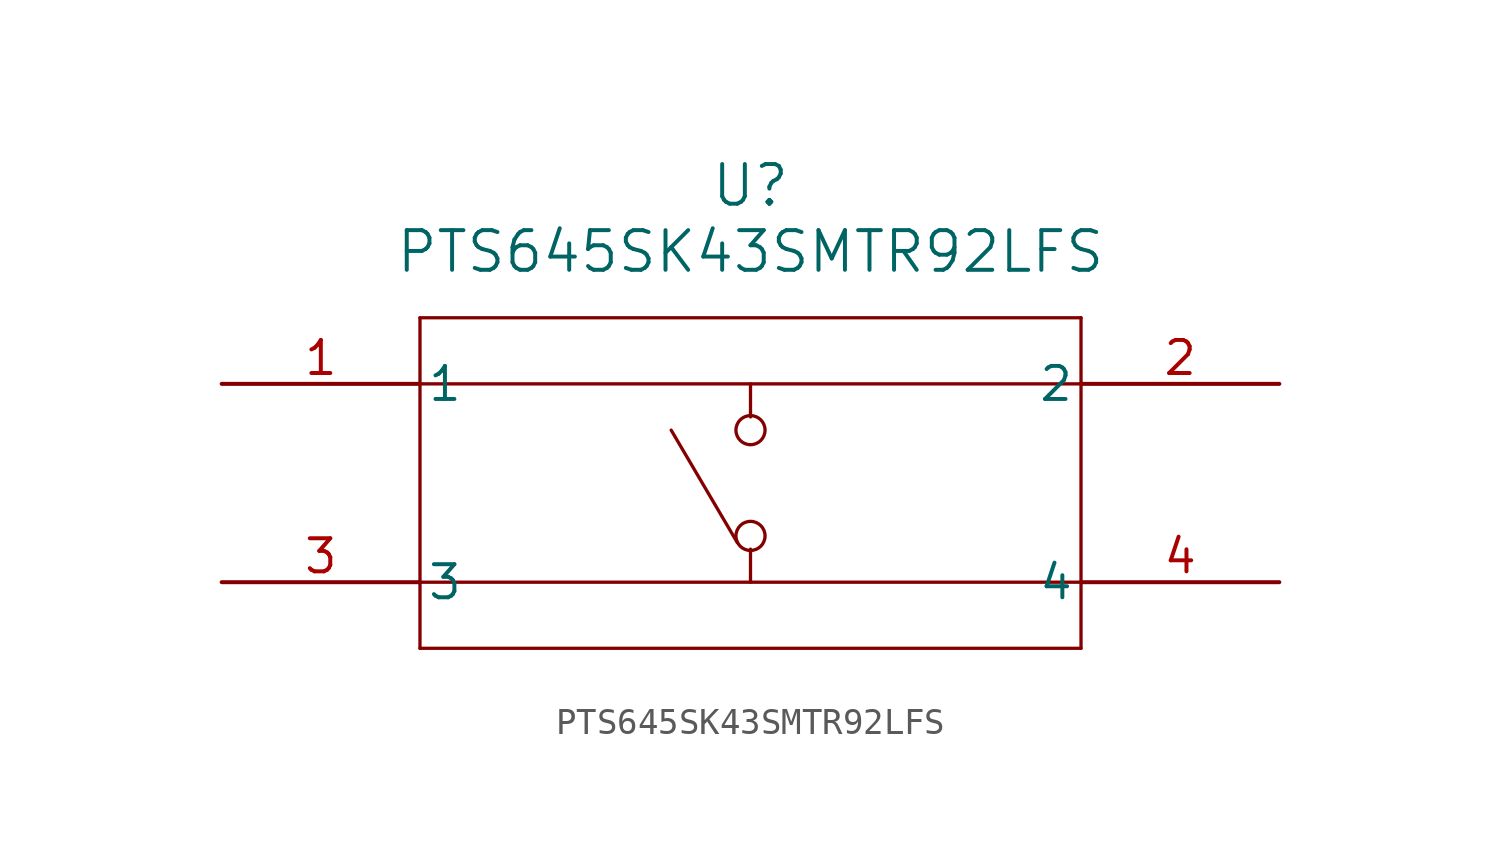
<source format=kicad_sym>
(kicad_symbol_lib
  (version 20211014)
  (generator kicad_symbol_editor)
  (symbol "PTS645SK43SMTR92LFS"
    (pin_names
      (offset 0.254))
    (property "Reference" "U"
      (at 20.32 7.62 0)
      (effects (font (size 1.524 1.524))))
    (property "Value" "PTS645SK43SMTR92LFS"
      (at 20.32 5.08 0)
      (effects (font (size 1.524 1.524))))
    (symbol "PTS645SK43SMTR92LFS_0_1"
      (polyline (pts (xy 7.62 2.54) (xy 7.62 -10.16)) (stroke (width 0.127) (type default) (color 0 0 0 0)) (fill (type none)))
      (polyline (pts (xy 7.62 -10.16) (xy 33.02 -10.16)) (stroke (width 0.127) (type default) (color 0 0 0 0)) (fill (type none)))
      (polyline (pts (xy 33.02 -10.16) (xy 33.02 2.54)) (stroke (width 0.127) (type default) (color 0 0 0 0)) (fill (type none)))
      (polyline (pts (xy 33.02 2.54) (xy 7.62 2.54)) (stroke (width 0.127) (type default) (color 0 0 0 0)) (fill (type none)))
      (polyline (pts (xy 7.62 0) (xy 33.02 0)) (stroke (width 0.127) (type default) (color 0 0 0 0)) (fill (type none)))
      (polyline (pts (xy 20.32 0) (xy 20.32 -1.27)) (stroke (width 0.127) (type default) (color 0 0 0 0)) (fill (type none)))
      (polyline (pts (xy 7.62 -7.62) (xy 33.02 -7.62)) (stroke (width 0.127) (type default) (color 0 0 0 0)) (fill (type none)))
      (polyline (pts (xy 20.32 -7.62) (xy 20.32 -6.35)) (stroke (width 0.127) (type default) (color 0 0 0 0)) (fill (type none)))
      (circle (center 20.32 -1.778) (radius 0.559) (stroke (width 0.127) (type default) (color 0 0 0 0)) (fill (type none)))
      (circle (center 20.32 -5.842) (radius 0.559) (stroke (width 0.127) (type default) (color 0 0 0 0)) (fill (type none)))
      (polyline (pts (xy 19.812 -6.096) (xy 17.272 -1.778)) (stroke (width 0.127) (type default) (color 0 0 0 0)) (fill (type none)))
      (pin unspecified line (at 0 0 0) (length 7.62) (name "1" (effects (font (size 1.27 1.27)))) (number "1" (effects (font (size 1.27 1.27)))))
      (pin unspecified line (at 40.64 0 180) (length 7.62) (name "2" (effects (font (size 1.27 1.27)))) (number "2" (effects (font (size 1.27 1.27)))))
      (pin unspecified line (at 0 -7.62 0) (length 7.62) (name "3" (effects (font (size 1.27 1.27)))) (number "3" (effects (font (size 1.27 1.27)))))
      (pin unspecified line (at 40.64 -7.62 180) (length 7.62) (name "4" (effects (font (size 1.27 1.27)))) (number "4" (effects (font (size 1.27 1.27))))))))
</source>
